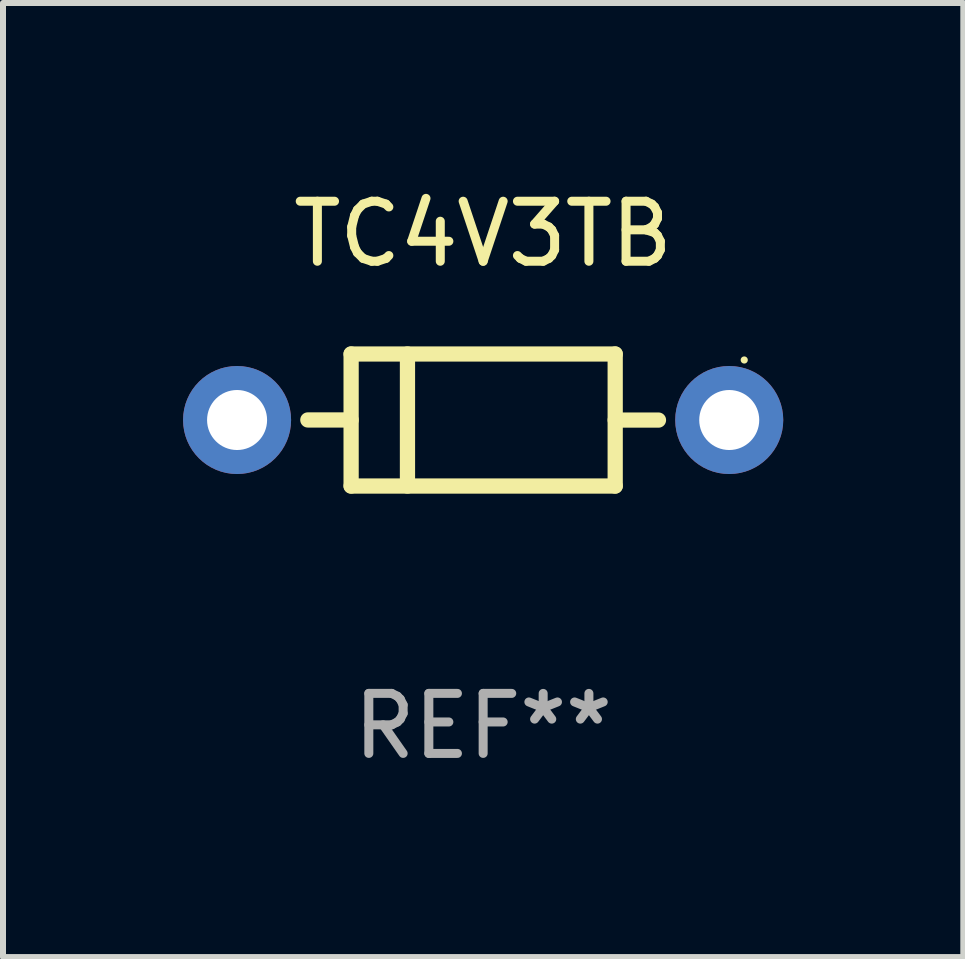
<source format=kicad_pcb>
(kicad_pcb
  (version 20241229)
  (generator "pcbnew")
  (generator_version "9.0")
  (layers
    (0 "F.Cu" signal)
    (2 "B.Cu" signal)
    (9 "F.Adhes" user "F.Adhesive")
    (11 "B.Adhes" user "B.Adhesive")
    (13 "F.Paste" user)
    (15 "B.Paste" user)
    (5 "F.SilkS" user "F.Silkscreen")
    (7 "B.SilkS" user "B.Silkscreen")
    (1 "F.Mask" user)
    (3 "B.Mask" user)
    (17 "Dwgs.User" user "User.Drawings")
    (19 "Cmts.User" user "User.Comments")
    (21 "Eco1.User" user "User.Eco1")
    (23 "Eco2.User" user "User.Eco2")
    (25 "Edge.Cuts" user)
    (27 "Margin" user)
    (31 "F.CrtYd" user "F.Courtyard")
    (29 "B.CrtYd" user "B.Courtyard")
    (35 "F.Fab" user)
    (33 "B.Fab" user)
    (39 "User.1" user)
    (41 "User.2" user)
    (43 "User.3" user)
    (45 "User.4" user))
  (footprint "TC4V3TB"
    (layer "F.Cu")
    (at 5 3.948)
    (property "Reference" "TC4V3TB" (at 0 -3.1 0) (layer "F.SilkS") (effects (font (size 1 1) (thickness 0.15))))
    (attr through_hole)
    (fp_line (start -2.2 -1.1) (end -2.2 1.1) (stroke (width 0.254) (type solid)) (layer "F.SilkS"))
    (fp_line (start -2.2 -1.1) (end 2.2 -1.1) (stroke (width 0.254) (type solid)) (layer "F.SilkS"))
    (fp_line (start -2.2 -0.001) (end -2.921 -0.001) (stroke (width 0.254) (type solid)) (layer "F.SilkS"))
    (fp_line (start -2.2 1.1) (end 2.2 1.1) (stroke (width 0.254) (type solid)) (layer "F.SilkS"))
    (fp_line (start -1.261 -1.1) (end -1.261 1.1) (stroke (width 0.254) (type solid)) (layer "F.SilkS"))
    (fp_line (start 2.2 -1.1) (end 2.2 1.1) (stroke (width 0.254) (type solid)) (layer "F.SilkS"))
    (fp_line (start 2.2 0.001) (end 2.921 0.001) (stroke (width 0.254) (type solid)) (layer "F.SilkS"))
    (fp_circle (center 4.35 -1) (end 4.38 -1) (stroke (width 0.06) (type solid)) (fill no) (layer "F.SilkS"))
    (fp_text user "REF**" (at 0 5.1 0) (layer "F.Fab") (effects (font (size 1 1) (thickness 0.15))))
    (pad "1" thru_hole circle (at 4.1 0) (size 1.8 1.8) (drill 1) (layers "*.Cu" "*.Mask"))
    (pad "2" thru_hole circle (at -4.1 0) (size 1.8 1.8) (drill 1) (layers "*.Cu" "*.Mask")))
  (gr_rect
    (start -3 -3)
    (end 13 12.896)
    (stroke (width 0.1) (type default))
    (fill no)
    (layer "Edge.Cuts")))
</source>
